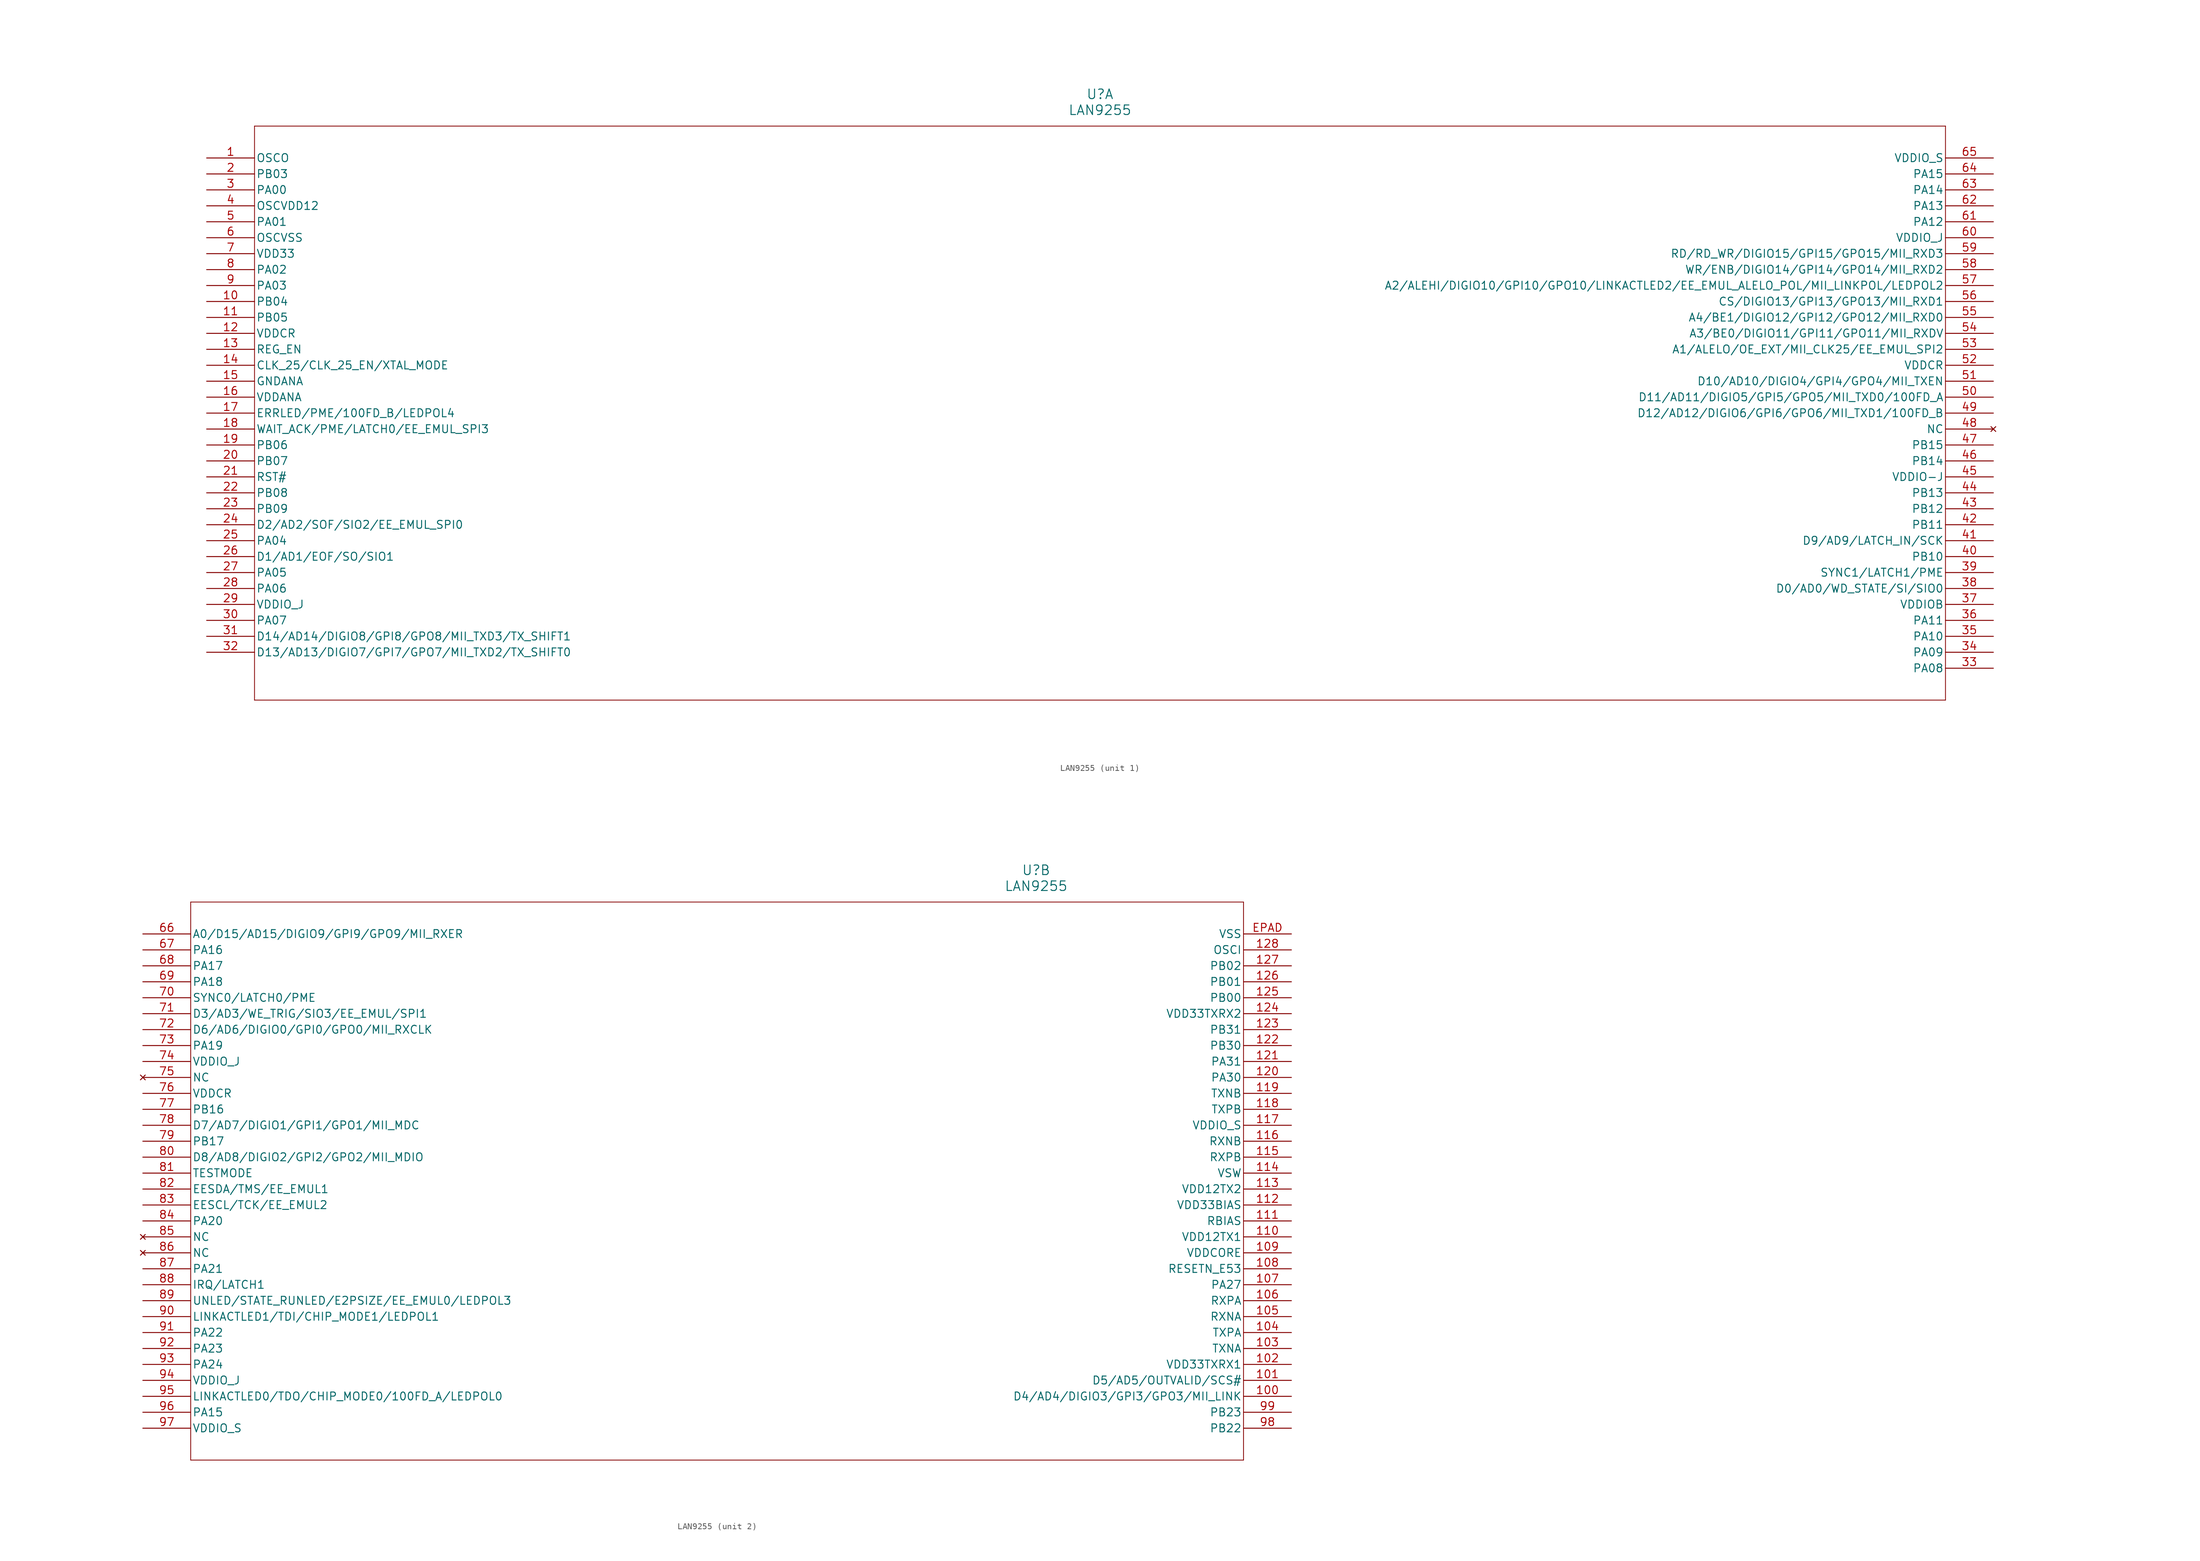
<source format=kicad_sym>
(kicad_symbol_lib
  (version 20211014)
  (generator kicad_symbol_editor)
  (symbol "LAN9255"
    (pin_names
      (offset 0.254))
    (property "Reference" "U"
      (at 142.24 10.16 0)
      (effects (font (size 1.524 1.524))))
    (property "Value" "LAN9255"
      (at 142.24 7.62 0)
      (effects (font (size 1.524 1.524))))
    (symbol "LAN9255_1_1"
      (polyline (pts (xy 7.62 5.08) (xy 7.62 -86.36)) (stroke (width 0.127) (type default) (color 0 0 0 0)) (fill (type none)))
      (polyline (pts (xy 7.62 -86.36) (xy 276.86 -86.36)) (stroke (width 0.127) (type default) (color 0 0 0 0)) (fill (type none)))
      (polyline (pts (xy 276.86 -86.36) (xy 276.86 5.08)) (stroke (width 0.127) (type default) (color 0 0 0 0)) (fill (type none)))
      (polyline (pts (xy 276.86 5.08) (xy 7.62 5.08)) (stroke (width 0.127) (type default) (color 0 0 0 0)) (fill (type none)))
      (pin output line (at 0 0 0) (length 7.62) (name "OSCO" (effects (font (size 1.27 1.27)))) (number "1" (effects (font (size 1.27 1.27)))))
      (pin bidirectional line (at 0 -2.54 0) (length 7.62) (name "PB03" (effects (font (size 1.27 1.27)))) (number "2" (effects (font (size 1.27 1.27)))))
      (pin bidirectional line (at 0 -5.08 0) (length 7.62) (name "PA00" (effects (font (size 1.27 1.27)))) (number "3" (effects (font (size 1.27 1.27)))))
      (pin power_in line (at 0 -7.62 0) (length 7.62) (name "OSCVDD12" (effects (font (size 1.27 1.27)))) (number "4" (effects (font (size 1.27 1.27)))))
      (pin bidirectional line (at 0 -10.16 0) (length 7.62) (name "PA01" (effects (font (size 1.27 1.27)))) (number "5" (effects (font (size 1.27 1.27)))))
      (pin power_out line (at 0 -12.7 0) (length 7.62) (name "OSCVSS" (effects (font (size 1.27 1.27)))) (number "6" (effects (font (size 1.27 1.27)))))
      (pin power_in line (at 0 -15.24 0) (length 7.62) (name "VDD33" (effects (font (size 1.27 1.27)))) (number "7" (effects (font (size 1.27 1.27)))))
      (pin bidirectional line (at 0 -17.78 0) (length 7.62) (name "PA02" (effects (font (size 1.27 1.27)))) (number "8" (effects (font (size 1.27 1.27)))))
      (pin bidirectional line (at 0 -20.32 0) (length 7.62) (name "PA03" (effects (font (size 1.27 1.27)))) (number "9" (effects (font (size 1.27 1.27)))))
      (pin bidirectional line (at 0 -22.86 0) (length 7.62) (name "PB04" (effects (font (size 1.27 1.27)))) (number "10" (effects (font (size 1.27 1.27)))))
      (pin bidirectional line (at 0 -25.4 0) (length 7.62) (name "PB05" (effects (font (size 1.27 1.27)))) (number "11" (effects (font (size 1.27 1.27)))))
      (pin power_in line (at 0 -27.94 0) (length 7.62) (name "VDDCR" (effects (font (size 1.27 1.27)))) (number "12" (effects (font (size 1.27 1.27)))))
      (pin unspecified line (at 0 -30.48 0) (length 7.62) (name "REG_EN" (effects (font (size 1.27 1.27)))) (number "13" (effects (font (size 1.27 1.27)))))
      (pin bidirectional line (at 0 -33.02 0) (length 7.62) (name "CLK_25/CLK_25_EN/XTAL_MODE" (effects (font (size 1.27 1.27)))) (number "14" (effects (font (size 1.27 1.27)))))
      (pin power_out line (at 0 -35.56 0) (length 7.62) (name "GNDANA" (effects (font (size 1.27 1.27)))) (number "15" (effects (font (size 1.27 1.27)))))
      (pin power_in line (at 0 -38.1 0) (length 7.62) (name "VDDANA" (effects (font (size 1.27 1.27)))) (number "16" (effects (font (size 1.27 1.27)))))
      (pin bidirectional line (at 0 -40.64 0) (length 7.62) (name "ERRLED/PME/100FD_B/LEDPOL4" (effects (font (size 1.27 1.27)))) (number "17" (effects (font (size 1.27 1.27)))))
      (pin bidirectional line (at 0 -43.18 0) (length 7.62) (name "WAIT_ACK/PME/LATCH0/EE_EMUL_SPI3" (effects (font (size 1.27 1.27)))) (number "18" (effects (font (size 1.27 1.27)))))
      (pin bidirectional line (at 0 -45.72 0) (length 7.62) (name "PB06" (effects (font (size 1.27 1.27)))) (number "19" (effects (font (size 1.27 1.27)))))
      (pin bidirectional line (at 0 -48.26 0) (length 7.62) (name "PB07" (effects (font (size 1.27 1.27)))) (number "20" (effects (font (size 1.27 1.27)))))
      (pin unspecified line (at 0 -50.8 0) (length 7.62) (name "RST#" (effects (font (size 1.27 1.27)))) (number "21" (effects (font (size 1.27 1.27)))))
      (pin bidirectional line (at 0 -53.34 0) (length 7.62) (name "PB08" (effects (font (size 1.27 1.27)))) (number "22" (effects (font (size 1.27 1.27)))))
      (pin bidirectional line (at 0 -55.88 0) (length 7.62) (name "PB09" (effects (font (size 1.27 1.27)))) (number "23" (effects (font (size 1.27 1.27)))))
      (pin bidirectional line (at 0 -58.42 0) (length 7.62) (name "D2/AD2/SOF/SIO2/EE_EMUL_SPI0" (effects (font (size 1.27 1.27)))) (number "24" (effects (font (size 1.27 1.27)))))
      (pin bidirectional line (at 0 -60.96 0) (length 7.62) (name "PA04" (effects (font (size 1.27 1.27)))) (number "25" (effects (font (size 1.27 1.27)))))
      (pin bidirectional line (at 0 -63.5 0) (length 7.62) (name "D1/AD1/EOF/SO/SIO1" (effects (font (size 1.27 1.27)))) (number "26" (effects (font (size 1.27 1.27)))))
      (pin bidirectional line (at 0 -66.04 0) (length 7.62) (name "PA05" (effects (font (size 1.27 1.27)))) (number "27" (effects (font (size 1.27 1.27)))))
      (pin bidirectional line (at 0 -68.58 0) (length 7.62) (name "PA06" (effects (font (size 1.27 1.27)))) (number "28" (effects (font (size 1.27 1.27)))))
      (pin power_in line (at 0 -71.12 0) (length 7.62) (name "VDDIO_J" (effects (font (size 1.27 1.27)))) (number "29" (effects (font (size 1.27 1.27)))))
      (pin bidirectional line (at 0 -73.66 0) (length 7.62) (name "PA07" (effects (font (size 1.27 1.27)))) (number "30" (effects (font (size 1.27 1.27)))))
      (pin bidirectional line (at 0 -76.2 0) (length 7.62) (name "D14/AD14/DIGIO8/GPI8/GPO8/MII_TXD3/TX_SHIFT1" (effects (font (size 1.27 1.27)))) (number "31" (effects (font (size 1.27 1.27)))))
      (pin bidirectional line (at 0 -78.74 0) (length 7.62) (name "D13/AD13/DIGIO7/GPI7/GPO7/MII_TXD2/TX_SHIFT0" (effects (font (size 1.27 1.27)))) (number "32" (effects (font (size 1.27 1.27)))))
      (pin bidirectional line (at 284.48 -81.28 180) (length 7.62) (name "PA08" (effects (font (size 1.27 1.27)))) (number "33" (effects (font (size 1.27 1.27)))))
      (pin bidirectional line (at 284.48 -78.74 180) (length 7.62) (name "PA09" (effects (font (size 1.27 1.27)))) (number "34" (effects (font (size 1.27 1.27)))))
      (pin bidirectional line (at 284.48 -76.2 180) (length 7.62) (name "PA10" (effects (font (size 1.27 1.27)))) (number "35" (effects (font (size 1.27 1.27)))))
      (pin bidirectional line (at 284.48 -73.66 180) (length 7.62) (name "PA11" (effects (font (size 1.27 1.27)))) (number "36" (effects (font (size 1.27 1.27)))))
      (pin power_in line (at 284.48 -71.12 180) (length 7.62) (name "VDDIOB" (effects (font (size 1.27 1.27)))) (number "37" (effects (font (size 1.27 1.27)))))
      (pin bidirectional line (at 284.48 -68.58 180) (length 7.62) (name "D0/AD0/WD_STATE/SI/SIO0" (effects (font (size 1.27 1.27)))) (number "38" (effects (font (size 1.27 1.27)))))
      (pin bidirectional line (at 284.48 -66.04 180) (length 7.62) (name "SYNC1/LATCH1/PME" (effects (font (size 1.27 1.27)))) (number "39" (effects (font (size 1.27 1.27)))))
      (pin bidirectional line (at 284.48 -63.5 180) (length 7.62) (name "PB10" (effects (font (size 1.27 1.27)))) (number "40" (effects (font (size 1.27 1.27)))))
      (pin bidirectional line (at 284.48 -60.96 180) (length 7.62) (name "D9/AD9/LATCH_IN/SCK" (effects (font (size 1.27 1.27)))) (number "41" (effects (font (size 1.27 1.27)))))
      (pin bidirectional line (at 284.48 -58.42 180) (length 7.62) (name "PB11" (effects (font (size 1.27 1.27)))) (number "42" (effects (font (size 1.27 1.27)))))
      (pin bidirectional line (at 284.48 -55.88 180) (length 7.62) (name "PB12" (effects (font (size 1.27 1.27)))) (number "43" (effects (font (size 1.27 1.27)))))
      (pin bidirectional line (at 284.48 -53.34 180) (length 7.62) (name "PB13" (effects (font (size 1.27 1.27)))) (number "44" (effects (font (size 1.27 1.27)))))
      (pin power_in line (at 284.48 -50.8 180) (length 7.62) (name "VDDIO-J" (effects (font (size 1.27 1.27)))) (number "45" (effects (font (size 1.27 1.27)))))
      (pin bidirectional line (at 284.48 -48.26 180) (length 7.62) (name "PB14" (effects (font (size 1.27 1.27)))) (number "46" (effects (font (size 1.27 1.27)))))
      (pin bidirectional line (at 284.48 -45.72 180) (length 7.62) (name "PB15" (effects (font (size 1.27 1.27)))) (number "47" (effects (font (size 1.27 1.27)))))
      (pin no_connect line (at 284.48 -43.18 180) (length 7.62) (name "NC" (effects (font (size 1.27 1.27)))) (number "48" (effects (font (size 1.27 1.27)))))
      (pin bidirectional line (at 284.48 -40.64 180) (length 7.62) (name "D12/AD12/DIGIO6/GPI6/GPO6/MII_TXD1/100FD_B" (effects (font (size 1.27 1.27)))) (number "49" (effects (font (size 1.27 1.27)))))
      (pin bidirectional line (at 284.48 -38.1 180) (length 7.62) (name "D11/AD11/DIGIO5/GPI5/GPO5/MII_TXD0/100FD_A" (effects (font (size 1.27 1.27)))) (number "50" (effects (font (size 1.27 1.27)))))
      (pin bidirectional line (at 284.48 -35.56 180) (length 7.62) (name "D10/AD10/DIGIO4/GPI4/GPO4/MII_TXEN" (effects (font (size 1.27 1.27)))) (number "51" (effects (font (size 1.27 1.27)))))
      (pin power_in line (at 284.48 -33.02 180) (length 7.62) (name "VDDCR" (effects (font (size 1.27 1.27)))) (number "52" (effects (font (size 1.27 1.27)))))
      (pin bidirectional line (at 284.48 -30.48 180) (length 7.62) (name "A1/ALELO/OE_EXT/MII_CLK25/EE_EMUL_SPI2" (effects (font (size 1.27 1.27)))) (number "53" (effects (font (size 1.27 1.27)))))
      (pin bidirectional line (at 284.48 -27.94 180) (length 7.62) (name "A3/BE0/DIGIO11/GPI11/GPO11/MII_RXDV" (effects (font (size 1.27 1.27)))) (number "54" (effects (font (size 1.27 1.27)))))
      (pin bidirectional line (at 284.48 -25.4 180) (length 7.62) (name "A4/BE1/DIGIO12/GPI12/GPO12/MII_RXD0" (effects (font (size 1.27 1.27)))) (number "55" (effects (font (size 1.27 1.27)))))
      (pin bidirectional line (at 284.48 -22.86 180) (length 7.62) (name "CS/DIGIO13/GPI13/GPO13/MII_RXD1" (effects (font (size 1.27 1.27)))) (number "56" (effects (font (size 1.27 1.27)))))
      (pin bidirectional line (at 284.48 -20.32 180) (length 7.62) (name "A2/ALEHI/DIGIO10/GPI10/GPO10/LINKACTLED2/EE_EMUL_ALELO_POL/MII_LINKPOL/LEDPOL2" (effects (font (size 1.27 1.27)))) (number "57" (effects (font (size 1.27 1.27)))))
      (pin bidirectional line (at 284.48 -17.78 180) (length 7.62) (name "WR/ENB/DIGIO14/GPI14/GPO14/MII_RXD2" (effects (font (size 1.27 1.27)))) (number "58" (effects (font (size 1.27 1.27)))))
      (pin bidirectional line (at 284.48 -15.24 180) (length 7.62) (name "RD/RD_WR/DIGIO15/GPI15/GPO15/MII_RXD3" (effects (font (size 1.27 1.27)))) (number "59" (effects (font (size 1.27 1.27)))))
      (pin power_in line (at 284.48 -12.7 180) (length 7.62) (name "VDDIO_J" (effects (font (size 1.27 1.27)))) (number "60" (effects (font (size 1.27 1.27)))))
      (pin bidirectional line (at 284.48 -10.16 180) (length 7.62) (name "PA12" (effects (font (size 1.27 1.27)))) (number "61" (effects (font (size 1.27 1.27)))))
      (pin bidirectional line (at 284.48 -7.62 180) (length 7.62) (name "PA13" (effects (font (size 1.27 1.27)))) (number "62" (effects (font (size 1.27 1.27)))))
      (pin bidirectional line (at 284.48 -5.08 180) (length 7.62) (name "PA14" (effects (font (size 1.27 1.27)))) (number "63" (effects (font (size 1.27 1.27)))))
      (pin bidirectional line (at 284.48 -2.54 180) (length 7.62) (name "PA15" (effects (font (size 1.27 1.27)))) (number "64" (effects (font (size 1.27 1.27)))))
      (pin power_in line (at 284.48 0 180) (length 7.62) (name "VDDIO_S" (effects (font (size 1.27 1.27)))) (number "65" (effects (font (size 1.27 1.27))))))
    (symbol "LAN9255_2_1"
      (polyline (pts (xy 7.62 5.08) (xy 7.62 -83.82)) (stroke (width 0.127) (type default) (color 0 0 0 0)) (fill (type none)))
      (polyline (pts (xy 7.62 -83.82) (xy 175.26 -83.82)) (stroke (width 0.127) (type default) (color 0 0 0 0)) (fill (type none)))
      (polyline (pts (xy 175.26 -83.82) (xy 175.26 5.08)) (stroke (width 0.127) (type default) (color 0 0 0 0)) (fill (type none)))
      (polyline (pts (xy 175.26 5.08) (xy 7.62 5.08)) (stroke (width 0.127) (type default) (color 0 0 0 0)) (fill (type none)))
      (pin bidirectional line (at 0 0 0) (length 7.62) (name "A0/D15/AD15/DIGIO9/GPI9/GPO9/MII_RXER" (effects (font (size 1.27 1.27)))) (number "66" (effects (font (size 1.27 1.27)))))
      (pin bidirectional line (at 0 -2.54 0) (length 7.62) (name "PA16" (effects (font (size 1.27 1.27)))) (number "67" (effects (font (size 1.27 1.27)))))
      (pin bidirectional line (at 0 -5.08 0) (length 7.62) (name "PA17" (effects (font (size 1.27 1.27)))) (number "68" (effects (font (size 1.27 1.27)))))
      (pin bidirectional line (at 0 -7.62 0) (length 7.62) (name "PA18" (effects (font (size 1.27 1.27)))) (number "69" (effects (font (size 1.27 1.27)))))
      (pin bidirectional line (at 0 -10.16 0) (length 7.62) (name "SYNC0/LATCH0/PME" (effects (font (size 1.27 1.27)))) (number "70" (effects (font (size 1.27 1.27)))))
      (pin bidirectional line (at 0 -12.7 0) (length 7.62) (name "D3/AD3/WE_TRIG/SIO3/EE_EMUL/SPI1" (effects (font (size 1.27 1.27)))) (number "71" (effects (font (size 1.27 1.27)))))
      (pin bidirectional line (at 0 -15.24 0) (length 7.62) (name "D6/AD6/DIGIO0/GPI0/GPO0/MII_RXCLK" (effects (font (size 1.27 1.27)))) (number "72" (effects (font (size 1.27 1.27)))))
      (pin bidirectional line (at 0 -17.78 0) (length 7.62) (name "PA19" (effects (font (size 1.27 1.27)))) (number "73" (effects (font (size 1.27 1.27)))))
      (pin power_in line (at 0 -20.32 0) (length 7.62) (name "VDDIO_J" (effects (font (size 1.27 1.27)))) (number "74" (effects (font (size 1.27 1.27)))))
      (pin no_connect line (at 0 -22.86 0) (length 7.62) (name "NC" (effects (font (size 1.27 1.27)))) (number "75" (effects (font (size 1.27 1.27)))))
      (pin power_in line (at 0 -25.4 0) (length 7.62) (name "VDDCR" (effects (font (size 1.27 1.27)))) (number "76" (effects (font (size 1.27 1.27)))))
      (pin bidirectional line (at 0 -27.94 0) (length 7.62) (name "PB16" (effects (font (size 1.27 1.27)))) (number "77" (effects (font (size 1.27 1.27)))))
      (pin bidirectional line (at 0 -30.48 0) (length 7.62) (name "D7/AD7/DIGIO1/GPI1/GPO1/MII_MDC" (effects (font (size 1.27 1.27)))) (number "78" (effects (font (size 1.27 1.27)))))
      (pin bidirectional line (at 0 -33.02 0) (length 7.62) (name "PB17" (effects (font (size 1.27 1.27)))) (number "79" (effects (font (size 1.27 1.27)))))
      (pin bidirectional line (at 0 -35.56 0) (length 7.62) (name "D8/AD8/DIGIO2/GPI2/GPO2/MII_MDIO" (effects (font (size 1.27 1.27)))) (number "80" (effects (font (size 1.27 1.27)))))
      (pin unspecified line (at 0 -38.1 0) (length 7.62) (name "TESTMODE" (effects (font (size 1.27 1.27)))) (number "81" (effects (font (size 1.27 1.27)))))
      (pin bidirectional line (at 0 -40.64 0) (length 7.62) (name "EESDA/TMS/EE_EMUL1" (effects (font (size 1.27 1.27)))) (number "82" (effects (font (size 1.27 1.27)))))
      (pin bidirectional line (at 0 -43.18 0) (length 7.62) (name "EESCL/TCK/EE_EMUL2" (effects (font (size 1.27 1.27)))) (number "83" (effects (font (size 1.27 1.27)))))
      (pin bidirectional line (at 0 -45.72 0) (length 7.62) (name "PA20" (effects (font (size 1.27 1.27)))) (number "84" (effects (font (size 1.27 1.27)))))
      (pin no_connect line (at 0 -48.26 0) (length 7.62) (name "NC" (effects (font (size 1.27 1.27)))) (number "85" (effects (font (size 1.27 1.27)))))
      (pin no_connect line (at 0 -50.8 0) (length 7.62) (name "NC" (effects (font (size 1.27 1.27)))) (number "86" (effects (font (size 1.27 1.27)))))
      (pin bidirectional line (at 0 -53.34 0) (length 7.62) (name "PA21" (effects (font (size 1.27 1.27)))) (number "87" (effects (font (size 1.27 1.27)))))
      (pin bidirectional line (at 0 -55.88 0) (length 7.62) (name "IRQ/LATCH1" (effects (font (size 1.27 1.27)))) (number "88" (effects (font (size 1.27 1.27)))))
      (pin bidirectional line (at 0 -58.42 0) (length 7.62) (name "UNLED/STATE_RUNLED/E2PSIZE/EE_EMUL0/LEDPOL3" (effects (font (size 1.27 1.27)))) (number "89" (effects (font (size 1.27 1.27)))))
      (pin bidirectional line (at 0 -60.96 0) (length 7.62) (name "LINKACTLED1/TDI/CHIP_MODE1/LEDPOL1" (effects (font (size 1.27 1.27)))) (number "90" (effects (font (size 1.27 1.27)))))
      (pin bidirectional line (at 0 -63.5 0) (length 7.62) (name "PA22" (effects (font (size 1.27 1.27)))) (number "91" (effects (font (size 1.27 1.27)))))
      (pin bidirectional line (at 0 -66.04 0) (length 7.62) (name "PA23" (effects (font (size 1.27 1.27)))) (number "92" (effects (font (size 1.27 1.27)))))
      (pin bidirectional line (at 0 -68.58 0) (length 7.62) (name "PA24" (effects (font (size 1.27 1.27)))) (number "93" (effects (font (size 1.27 1.27)))))
      (pin power_in line (at 0 -71.12 0) (length 7.62) (name "VDDIO_J" (effects (font (size 1.27 1.27)))) (number "94" (effects (font (size 1.27 1.27)))))
      (pin bidirectional line (at 0 -73.66 0) (length 7.62) (name "LINKACTLED0/TDO/CHIP_MODE0/100FD_A/LEDPOL0" (effects (font (size 1.27 1.27)))) (number "95" (effects (font (size 1.27 1.27)))))
      (pin bidirectional line (at 0 -76.2 0) (length 7.62) (name "PA15" (effects (font (size 1.27 1.27)))) (number "96" (effects (font (size 1.27 1.27)))))
      (pin power_in line (at 0 -78.74 0) (length 7.62) (name "VDDIO_S" (effects (font (size 1.27 1.27)))) (number "97" (effects (font (size 1.27 1.27)))))
      (pin bidirectional line (at 182.88 -78.74 180) (length 7.62) (name "PB22" (effects (font (size 1.27 1.27)))) (number "98" (effects (font (size 1.27 1.27)))))
      (pin bidirectional line (at 182.88 -76.2 180) (length 7.62) (name "PB23" (effects (font (size 1.27 1.27)))) (number "99" (effects (font (size 1.27 1.27)))))
      (pin bidirectional line (at 182.88 -73.66 180) (length 7.62) (name "D4/AD4/DIGIO3/GPI3/GPO3/MII_LINK" (effects (font (size 1.27 1.27)))) (number "100" (effects (font (size 1.27 1.27)))))
      (pin bidirectional line (at 182.88 -71.12 180) (length 7.62) (name "D5/AD5/OUTVALID/SCS#" (effects (font (size 1.27 1.27)))) (number "101" (effects (font (size 1.27 1.27)))))
      (pin power_in line (at 182.88 -68.58 180) (length 7.62) (name "VDD33TXRX1" (effects (font (size 1.27 1.27)))) (number "102" (effects (font (size 1.27 1.27)))))
      (pin unspecified line (at 182.88 -66.04 180) (length 7.62) (name "TXNA" (effects (font (size 1.27 1.27)))) (number "103" (effects (font (size 1.27 1.27)))))
      (pin unspecified line (at 182.88 -63.5 180) (length 7.62) (name "TXPA" (effects (font (size 1.27 1.27)))) (number "104" (effects (font (size 1.27 1.27)))))
      (pin unspecified line (at 182.88 -60.96 180) (length 7.62) (name "RXNA" (effects (font (size 1.27 1.27)))) (number "105" (effects (font (size 1.27 1.27)))))
      (pin unspecified line (at 182.88 -58.42 180) (length 7.62) (name "RXPA" (effects (font (size 1.27 1.27)))) (number "106" (effects (font (size 1.27 1.27)))))
      (pin bidirectional line (at 182.88 -55.88 180) (length 7.62) (name "PA27" (effects (font (size 1.27 1.27)))) (number "107" (effects (font (size 1.27 1.27)))))
      (pin unspecified line (at 182.88 -53.34 180) (length 7.62) (name "RESETN_E53" (effects (font (size 1.27 1.27)))) (number "108" (effects (font (size 1.27 1.27)))))
      (pin power_in line (at 182.88 -50.8 180) (length 7.62) (name "VDDCORE" (effects (font (size 1.27 1.27)))) (number "109" (effects (font (size 1.27 1.27)))))
      (pin power_in line (at 182.88 -48.26 180) (length 7.62) (name "VDD12TX1" (effects (font (size 1.27 1.27)))) (number "110" (effects (font (size 1.27 1.27)))))
      (pin bidirectional line (at 182.88 -45.72 180) (length 7.62) (name "RBIAS" (effects (font (size 1.27 1.27)))) (number "111" (effects (font (size 1.27 1.27)))))
      (pin power_in line (at 182.88 -43.18 180) (length 7.62) (name "VDD33BIAS" (effects (font (size 1.27 1.27)))) (number "112" (effects (font (size 1.27 1.27)))))
      (pin power_in line (at 182.88 -40.64 180) (length 7.62) (name "VDD12TX2" (effects (font (size 1.27 1.27)))) (number "113" (effects (font (size 1.27 1.27)))))
      (pin power_in line (at 182.88 -38.1 180) (length 7.62) (name "VSW" (effects (font (size 1.27 1.27)))) (number "114" (effects (font (size 1.27 1.27)))))
      (pin unspecified line (at 182.88 -35.56 180) (length 7.62) (name "RXPB" (effects (font (size 1.27 1.27)))) (number "115" (effects (font (size 1.27 1.27)))))
      (pin unspecified line (at 182.88 -33.02 180) (length 7.62) (name "RXNB" (effects (font (size 1.27 1.27)))) (number "116" (effects (font (size 1.27 1.27)))))
      (pin power_in line (at 182.88 -30.48 180) (length 7.62) (name "VDDIO_S" (effects (font (size 1.27 1.27)))) (number "117" (effects (font (size 1.27 1.27)))))
      (pin unspecified line (at 182.88 -27.94 180) (length 7.62) (name "TXPB" (effects (font (size 1.27 1.27)))) (number "118" (effects (font (size 1.27 1.27)))))
      (pin unspecified line (at 182.88 -25.4 180) (length 7.62) (name "TXNB" (effects (font (size 1.27 1.27)))) (number "119" (effects (font (size 1.27 1.27)))))
      (pin bidirectional line (at 182.88 -22.86 180) (length 7.62) (name "PA30" (effects (font (size 1.27 1.27)))) (number "120" (effects (font (size 1.27 1.27)))))
      (pin bidirectional line (at 182.88 -20.32 180) (length 7.62) (name "PA31" (effects (font (size 1.27 1.27)))) (number "121" (effects (font (size 1.27 1.27)))))
      (pin bidirectional line (at 182.88 -17.78 180) (length 7.62) (name "PB30" (effects (font (size 1.27 1.27)))) (number "122" (effects (font (size 1.27 1.27)))))
      (pin bidirectional line (at 182.88 -15.24 180) (length 7.62) (name "PB31" (effects (font (size 1.27 1.27)))) (number "123" (effects (font (size 1.27 1.27)))))
      (pin power_in line (at 182.88 -12.7 180) (length 7.62) (name "VDD33TXRX2" (effects (font (size 1.27 1.27)))) (number "124" (effects (font (size 1.27 1.27)))))
      (pin bidirectional line (at 182.88 -10.16 180) (length 7.62) (name "PB00" (effects (font (size 1.27 1.27)))) (number "125" (effects (font (size 1.27 1.27)))))
      (pin bidirectional line (at 182.88 -7.62 180) (length 7.62) (name "PB01" (effects (font (size 1.27 1.27)))) (number "126" (effects (font (size 1.27 1.27)))))
      (pin bidirectional line (at 182.88 -5.08 180) (length 7.62) (name "PB02" (effects (font (size 1.27 1.27)))) (number "127" (effects (font (size 1.27 1.27)))))
      (pin input line (at 182.88 -2.54 180) (length 7.62) (name "OSCI" (effects (font (size 1.27 1.27)))) (number "128" (effects (font (size 1.27 1.27)))))
      (pin power_out line (at 182.88 0 180) (length 7.62) (name "VSS" (effects (font (size 1.27 1.27)))) (number "EPAD" (effects (font (size 1.27 1.27))))))))
</source>
